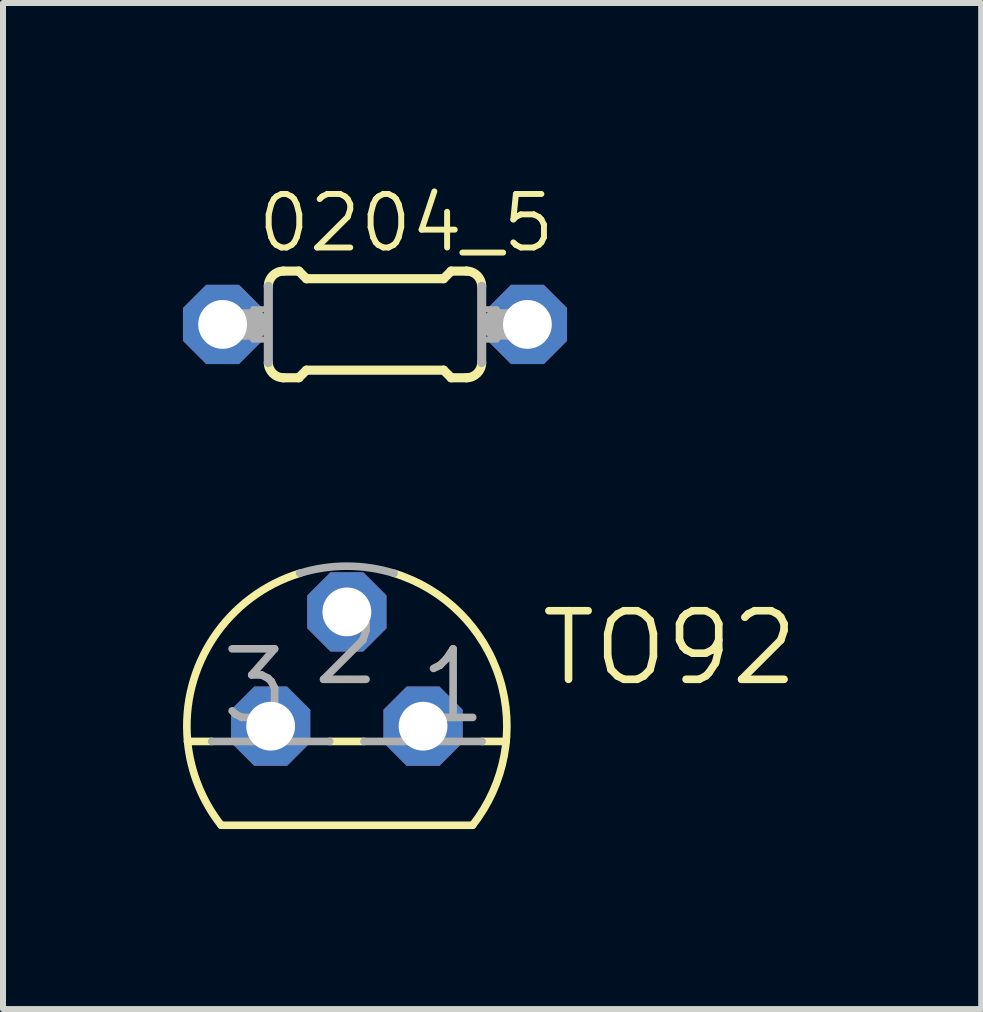
<source format=kicad_pcb>
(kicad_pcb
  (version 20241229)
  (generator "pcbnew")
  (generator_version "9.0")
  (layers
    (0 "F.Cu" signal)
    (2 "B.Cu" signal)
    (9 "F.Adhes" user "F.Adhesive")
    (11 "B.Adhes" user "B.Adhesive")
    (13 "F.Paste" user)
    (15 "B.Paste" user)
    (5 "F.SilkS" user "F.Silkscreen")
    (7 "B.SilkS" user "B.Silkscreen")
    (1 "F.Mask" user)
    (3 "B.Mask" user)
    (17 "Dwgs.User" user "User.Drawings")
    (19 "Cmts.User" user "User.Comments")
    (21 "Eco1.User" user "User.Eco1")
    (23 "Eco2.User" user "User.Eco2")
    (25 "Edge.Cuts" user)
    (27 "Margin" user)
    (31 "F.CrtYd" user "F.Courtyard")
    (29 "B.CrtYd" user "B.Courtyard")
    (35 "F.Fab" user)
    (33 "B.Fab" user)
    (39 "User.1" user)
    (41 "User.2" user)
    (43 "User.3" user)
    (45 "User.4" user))
  (footprint "TO92"
    (layer "F.Cu")
    (at 2.731 9.053)
    (property "Reference" "TO92" (at 3.175 -0.635 0) (layer "F.SilkS") (effects (font (size 1.143 1.143) (thickness 0.127)) (justify left bottom)))
    (fp_line (start -2.655 0.254) (end -2.254 0.254) (stroke (width 0.127) (type solid)) (layer "F.SilkS"))
    (fp_line (start -2.095 1.651) (end 2.095 1.651) (stroke (width 0.127) (type solid)) (layer "F.SilkS"))
    (fp_line (start -0.286 0.254) (end 0.286 0.254) (stroke (width 0.127) (type solid)) (layer "F.SilkS"))
    (fp_line (start 2.254 0.254) (end 2.655 0.254) (stroke (width 0.127) (type solid)) (layer "F.SilkS"))
    (fp_arc (start -2.6549 0.254) (mid -2.219001 -1.479566) (end -0.786299 -2.548501) (stroke (width 0.127) (type solid)) (layer "F.SilkS"))
    (fp_arc (start -2.0946 1.651) (mid -2.475347 0.992847) (end -2.654901 0.254) (stroke (width 0.127) (type solid)) (layer "F.SilkS"))
    (fp_arc (start 0.7863 -2.5484) (mid 2.546275 -0.793203) (end 2.094499 1.651) (stroke (width 0.127) (type solid)) (layer "F.SilkS"))
    (fp_line (start -2.254 0.254) (end -0.286 0.254) (stroke (width 0.127) (type solid)) (layer "F.Fab"))
    (fp_line (start 0.286 0.254) (end 2.254 0.254) (stroke (width 0.127) (type solid)) (layer "F.Fab"))
    (fp_arc (start -0.7863 -2.5485) (mid 0 -2.667043) (end 0.7863 -2.5485) (stroke (width 0.127) (type solid)) (layer "F.Fab"))
    (fp_text user "3" (at -2.159 0 0) (layer "F.Fab") (effects (font (size 1.143 1.143) (thickness 0.127)) (justify left bottom)))
    (fp_text user "1" (at 1.143 0 0) (layer "F.Fab") (effects (font (size 1.143 1.143) (thickness 0.127)) (justify left bottom)))
    (fp_text user "2" (at -0.635 -0.635 0) (layer "F.Fab") (effects (font (size 1.143 1.143) (thickness 0.127)) (justify left bottom)))
    (pad "1" thru_hole roundrect (at 1.27 0) (size 1.321 1.321) (drill 0.813) (layers "*.Cu" "*.Mask") (roundrect_rratio 0.25) (chamfer_ratio 0.293) (chamfer top_left top_right bottom_left bottom_right))
    (pad "2" thru_hole roundrect (at 0 -1.905) (size 1.321 1.321) (drill 0.813) (layers "*.Cu" "*.Mask") (roundrect_rratio 0.25) (chamfer_ratio 0.293) (chamfer top_left top_right bottom_left bottom_right))
    (pad "3" thru_hole roundrect (at -1.27 0) (size 1.321 1.321) (drill 0.813) (layers "*.Cu" "*.Mask") (roundrect_rratio 0.25) (chamfer_ratio 0.293) (chamfer top_left top_right bottom_left bottom_right)))
  (footprint "0204_5"
    (layer "F.Cu")
    (at 3.2 2.357)
    (property "Reference" "0204_5" (at -2.007 -1.168 0) (layer "F.SilkS") (effects (font (size 0.892 0.892) (thickness 0.099)) (justify left bottom)))
    (fp_line (start -1.524 -0.889) (end -1.27 -0.889) (stroke (width 0.152) (type solid)) (layer "F.SilkS"))
    (fp_line (start -1.524 0.889) (end -1.27 0.889) (stroke (width 0.152) (type solid)) (layer "F.SilkS"))
    (fp_line (start -1.143 -0.762) (end -1.27 -0.889) (stroke (width 0.152) (type solid)) (layer "F.SilkS"))
    (fp_line (start -1.143 0.762) (end -1.27 0.889) (stroke (width 0.152) (type solid)) (layer "F.SilkS"))
    (fp_line (start 1.143 -0.762) (end -1.143 -0.762) (stroke (width 0.152) (type solid)) (layer "F.SilkS"))
    (fp_line (start 1.143 -0.762) (end 1.27 -0.889) (stroke (width 0.152) (type solid)) (layer "F.SilkS"))
    (fp_line (start 1.143 0.762) (end -1.143 0.762) (stroke (width 0.152) (type solid)) (layer "F.SilkS"))
    (fp_line (start 1.143 0.762) (end 1.27 0.889) (stroke (width 0.152) (type solid)) (layer "F.SilkS"))
    (fp_line (start 1.524 -0.889) (end 1.27 -0.889) (stroke (width 0.152) (type solid)) (layer "F.SilkS"))
    (fp_line (start 1.524 0.889) (end 1.27 0.889) (stroke (width 0.152) (type solid)) (layer "F.SilkS"))
    (fp_arc (start -1.778 -0.635) (mid -1.703605 -0.814605) (end -1.524 -0.889) (stroke (width 0.1524) (type solid)) (layer "F.SilkS"))
    (fp_arc (start -1.524 0.889) (mid -1.703605 0.814605) (end -1.778 0.635) (stroke (width 0.1524) (type solid)) (layer "F.SilkS"))
    (fp_arc (start 1.524 -0.889) (mid 1.703605 -0.814605) (end 1.778 -0.635) (stroke (width 0.1524) (type solid)) (layer "F.SilkS"))
    (fp_arc (start 1.778 0.635) (mid 1.703605 0.814605) (end 1.524 0.889) (stroke (width 0.1524) (type solid)) (layer "F.SilkS"))
    (fp_line (start -2.54 0) (end -2.032 0) (stroke (width 0.508) (type solid)) (layer "F.Fab"))
    (fp_line (start -1.778 0.635) (end -1.778 -0.635) (stroke (width 0.152) (type solid)) (layer "F.Fab"))
    (fp_line (start 1.778 0.635) (end 1.778 -0.635) (stroke (width 0.152) (type solid)) (layer "F.Fab"))
    (fp_line (start 2.54 0) (end 2.032 0) (stroke (width 0.508) (type solid)) (layer "F.Fab"))
    (fp_poly (pts (xy -2.032 0.254) (xy -1.778 0.254) (xy -1.778 -0.254) (xy -2.032 -0.254)) (stroke (width 0.1) (type default)) (fill no) (layer "F.Fab"))
    (fp_poly (pts (xy 1.778 0.254) (xy 2.032 0.254) (xy 2.032 -0.254) (xy 1.778 -0.254)) (stroke (width 0.1) (type default)) (fill no) (layer "F.Fab"))
    (pad "1" thru_hole roundrect (at -2.54 0) (size 1.321 1.321) (drill 0.813) (layers "*.Cu" "*.Mask") (roundrect_rratio 0.25) (chamfer_ratio 0.293) (chamfer top_left top_right bottom_left bottom_right))
    (pad "2" thru_hole roundrect (at 2.54 0) (size 1.321 1.321) (drill 0.813) (layers "*.Cu" "*.Mask") (roundrect_rratio 0.25) (chamfer_ratio 0.293) (chamfer top_left top_right bottom_left bottom_right)))
  (gr_rect
    (start -3 -3)
    (end 13.303 13.767)
    (stroke (width 0.1) (type default))
    (fill no)
    (layer "Edge.Cuts")))
</source>
